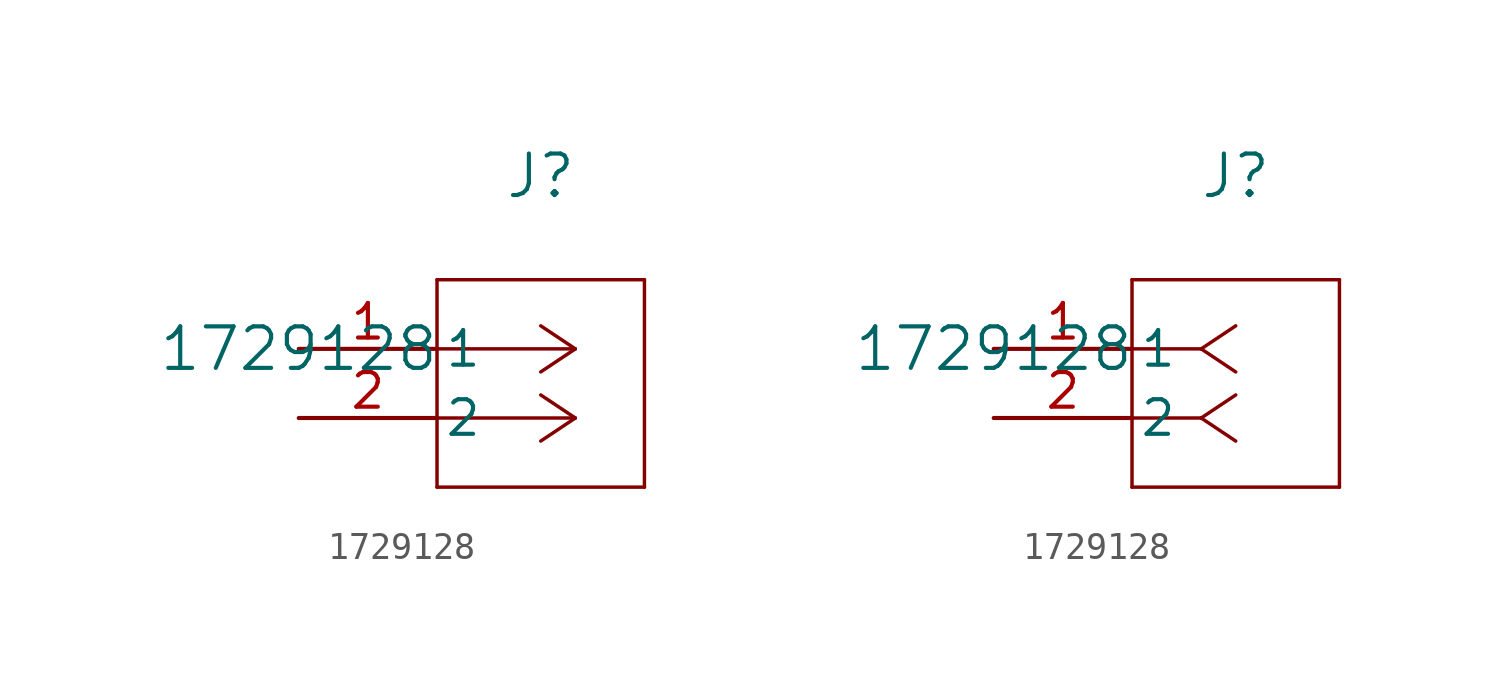
<source format=kicad_sym>
(kicad_symbol_lib
  (version 20211014)
  (generator kicad_symbol_editor)
  (symbol "1729128"
    (pin_names
      (offset 0.254))
    (property "Reference" "J"
      (at 8.89 6.35 0)
      (effects (font (size 1.524 1.524))))
    (property "Value" "1729128"
      (at 0 0 0)
      (effects (font (size 1.524 1.524))))
    (symbol "1729128_1_1"
      (polyline (pts (xy 10.16 0) (xy 5.08 0)) (stroke (width 0.127) (type default) (color 0 0 0 0)) (fill (type none)))
      (polyline (pts (xy 10.16 -2.54) (xy 5.08 -2.54)) (stroke (width 0.127) (type default) (color 0 0 0 0)) (fill (type none)))
      (polyline (pts (xy 10.16 0) (xy 8.89 0.847)) (stroke (width 0.127) (type default) (color 0 0 0 0)) (fill (type none)))
      (polyline (pts (xy 10.16 -2.54) (xy 8.89 -1.693)) (stroke (width 0.127) (type default) (color 0 0 0 0)) (fill (type none)))
      (polyline (pts (xy 10.16 0) (xy 8.89 -0.847)) (stroke (width 0.127) (type default) (color 0 0 0 0)) (fill (type none)))
      (polyline (pts (xy 10.16 -2.54) (xy 8.89 -3.387)) (stroke (width 0.127) (type default) (color 0 0 0 0)) (fill (type none)))
      (polyline (pts (xy 5.08 2.54) (xy 5.08 -5.08)) (stroke (width 0.127) (type default) (color 0 0 0 0)) (fill (type none)))
      (polyline (pts (xy 5.08 -5.08) (xy 12.7 -5.08)) (stroke (width 0.127) (type default) (color 0 0 0 0)) (fill (type none)))
      (polyline (pts (xy 12.7 -5.08) (xy 12.7 2.54)) (stroke (width 0.127) (type default) (color 0 0 0 0)) (fill (type none)))
      (polyline (pts (xy 12.7 2.54) (xy 5.08 2.54)) (stroke (width 0.127) (type default) (color 0 0 0 0)) (fill (type none)))
      (pin unspecified line (at 0 0 0) (length 5.08) (name "1" (effects (font (size 1.27 1.27)))) (number "1" (effects (font (size 1.27 1.27)))))
      (pin unspecified line (at 0 -2.54 0) (length 5.08) (name "2" (effects (font (size 1.27 1.27)))) (number "2" (effects (font (size 1.27 1.27))))))
    (symbol "1729128_1_2"
      (polyline (pts (xy 7.62 0) (xy 5.08 0)) (stroke (width 0.127) (type default) (color 0 0 0 0)) (fill (type none)))
      (polyline (pts (xy 7.62 -2.54) (xy 5.08 -2.54)) (stroke (width 0.127) (type default) (color 0 0 0 0)) (fill (type none)))
      (polyline (pts (xy 7.62 0) (xy 8.89 0.847)) (stroke (width 0.127) (type default) (color 0 0 0 0)) (fill (type none)))
      (polyline (pts (xy 7.62 -2.54) (xy 8.89 -1.693)) (stroke (width 0.127) (type default) (color 0 0 0 0)) (fill (type none)))
      (polyline (pts (xy 7.62 0) (xy 8.89 -0.847)) (stroke (width 0.127) (type default) (color 0 0 0 0)) (fill (type none)))
      (polyline (pts (xy 7.62 -2.54) (xy 8.89 -3.387)) (stroke (width 0.127) (type default) (color 0 0 0 0)) (fill (type none)))
      (polyline (pts (xy 5.08 2.54) (xy 5.08 -5.08)) (stroke (width 0.127) (type default) (color 0 0 0 0)) (fill (type none)))
      (polyline (pts (xy 5.08 -5.08) (xy 12.7 -5.08)) (stroke (width 0.127) (type default) (color 0 0 0 0)) (fill (type none)))
      (polyline (pts (xy 12.7 -5.08) (xy 12.7 2.54)) (stroke (width 0.127) (type default) (color 0 0 0 0)) (fill (type none)))
      (polyline (pts (xy 12.7 2.54) (xy 5.08 2.54)) (stroke (width 0.127) (type default) (color 0 0 0 0)) (fill (type none)))
      (pin unspecified line (at 0 0 0) (length 5.08) (name "1" (effects (font (size 1.27 1.27)))) (number "1" (effects (font (size 1.27 1.27)))))
      (pin unspecified line (at 0 -2.54 0) (length 5.08) (name "2" (effects (font (size 1.27 1.27)))) (number "2" (effects (font (size 1.27 1.27))))))))
</source>
